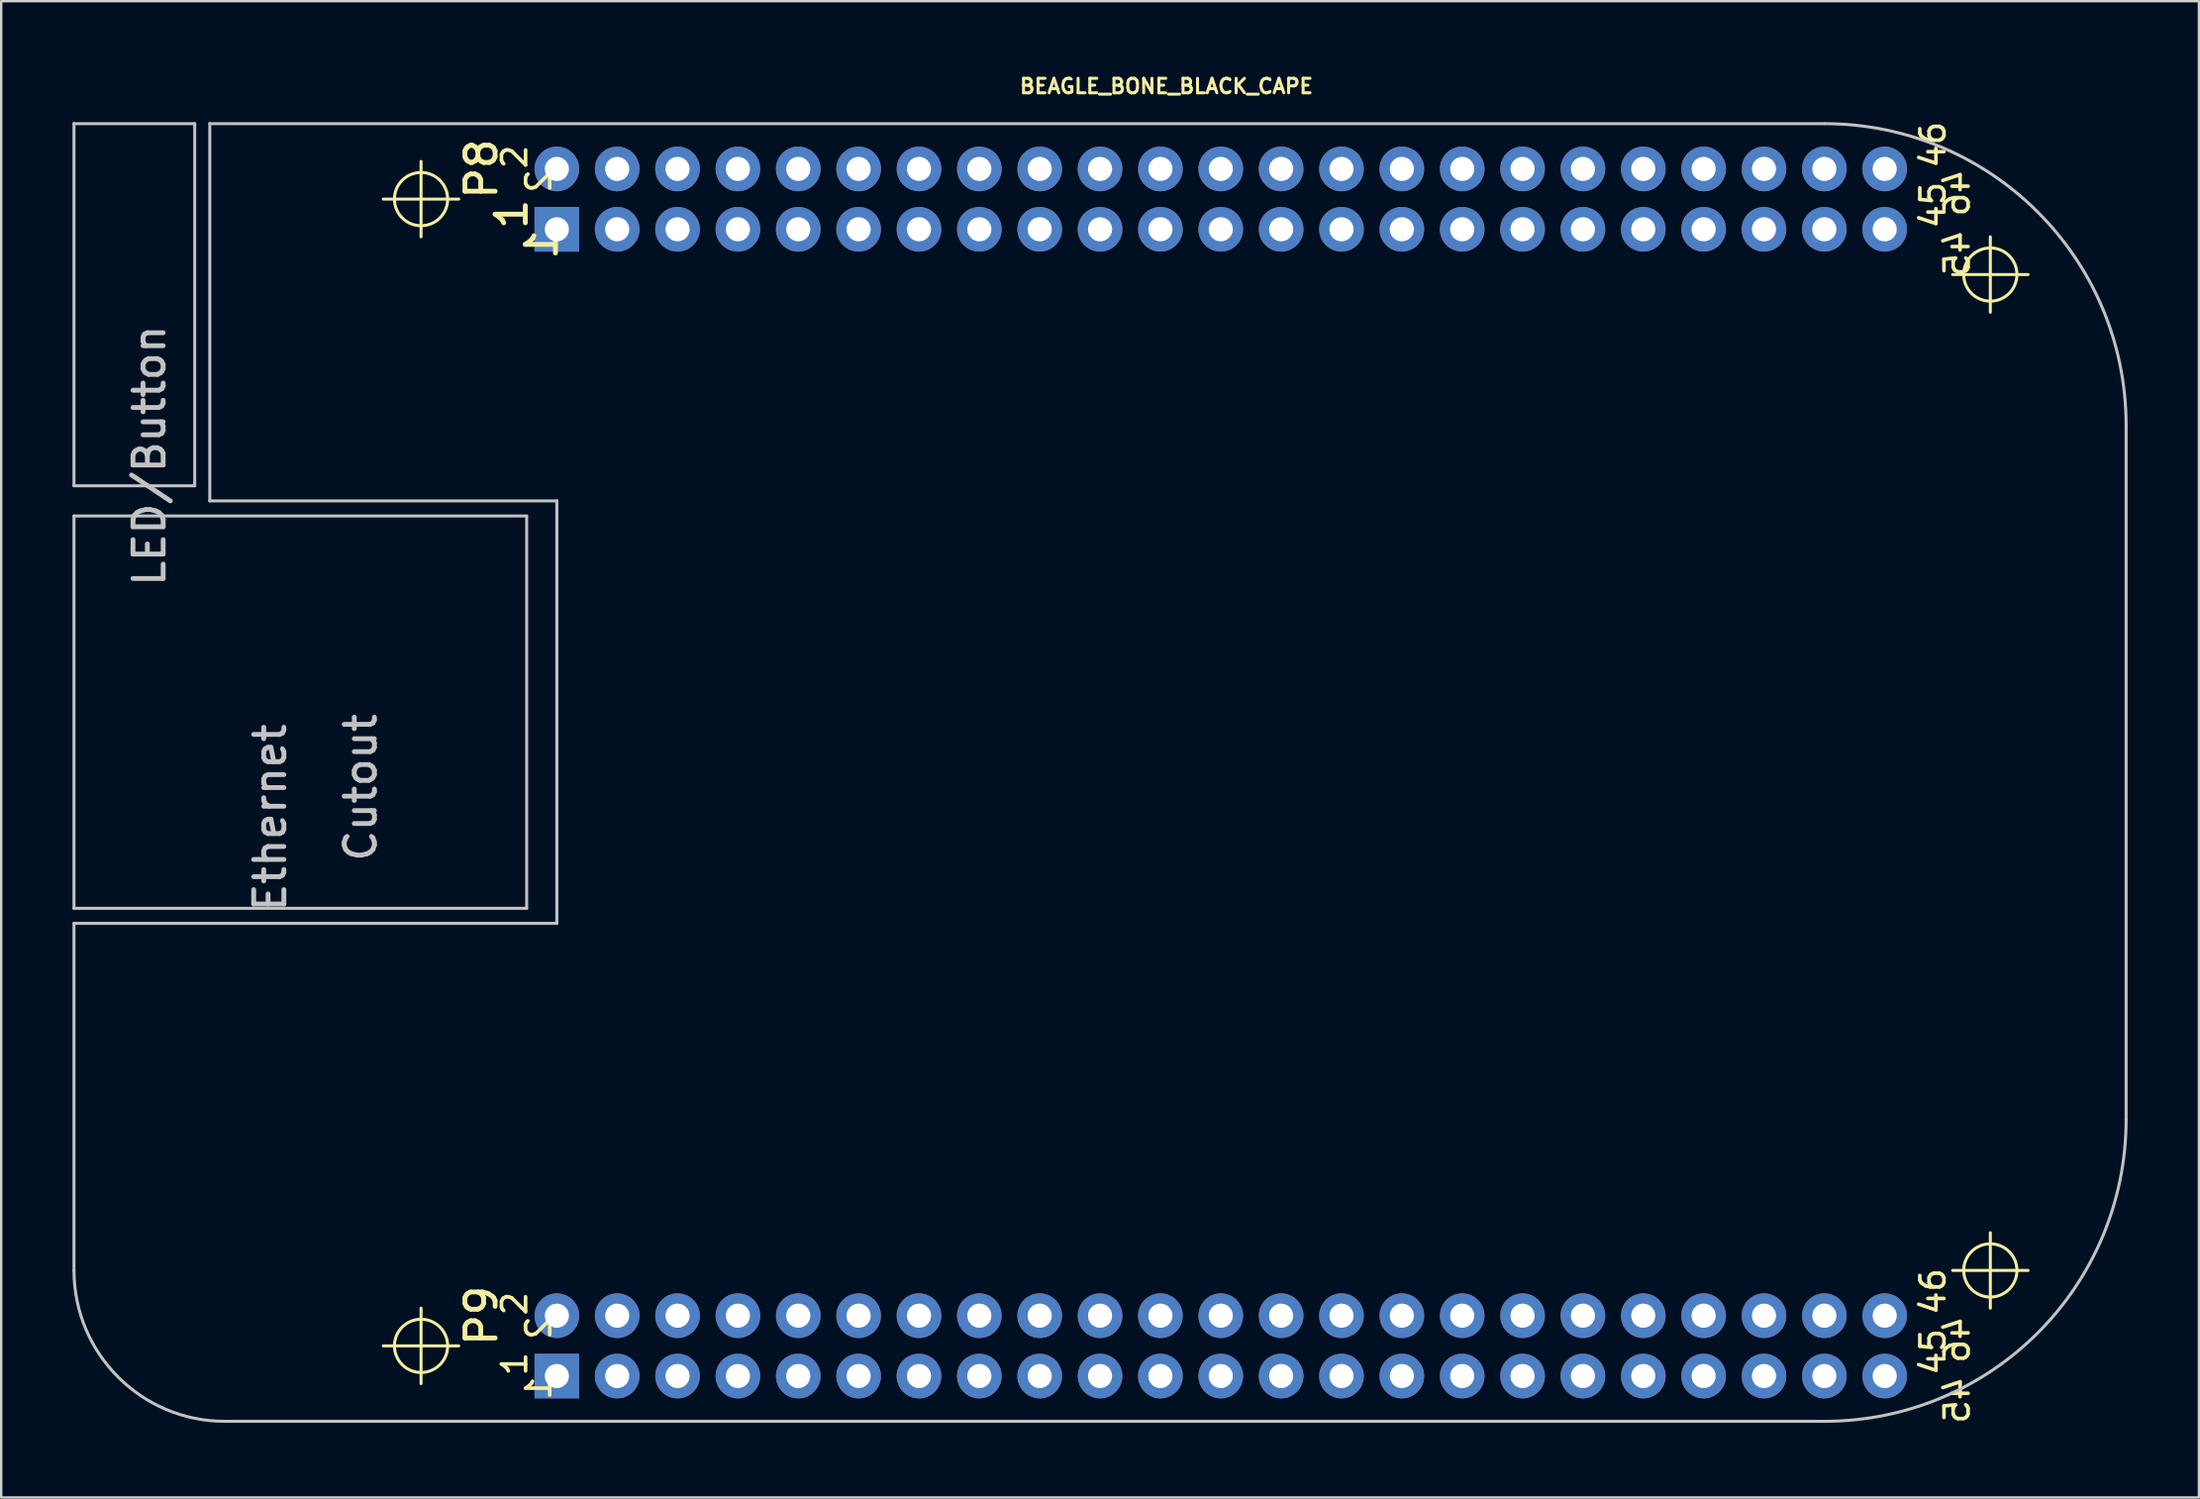
<source format=kicad_pcb>
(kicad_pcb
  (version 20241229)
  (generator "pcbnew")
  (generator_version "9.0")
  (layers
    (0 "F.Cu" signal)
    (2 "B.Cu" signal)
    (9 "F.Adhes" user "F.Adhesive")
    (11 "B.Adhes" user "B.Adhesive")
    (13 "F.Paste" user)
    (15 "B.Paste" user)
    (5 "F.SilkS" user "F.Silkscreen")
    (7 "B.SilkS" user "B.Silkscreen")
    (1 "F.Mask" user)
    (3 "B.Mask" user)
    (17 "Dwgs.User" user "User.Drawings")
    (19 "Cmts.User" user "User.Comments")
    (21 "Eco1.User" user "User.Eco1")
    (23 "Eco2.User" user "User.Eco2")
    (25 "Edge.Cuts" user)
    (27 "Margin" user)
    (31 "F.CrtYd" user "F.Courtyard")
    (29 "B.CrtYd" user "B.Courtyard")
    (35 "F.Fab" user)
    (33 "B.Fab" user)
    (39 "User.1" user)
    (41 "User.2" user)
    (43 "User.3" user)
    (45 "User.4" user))
  (footprint "BEAGLE_BONE_BLACK_CAPE"
    (layer "F.Cu")
    (at 44.514 27.554)
    (property "Reference" "BEAGLE_BONE_BLACK_CAPE" (at 1.524 -26.975 0) (layer "F.SilkS") (effects (font (size 0.61 0.61) (thickness 0.127))))
    (attr exclude_from_pos_files exclude_from_bom)
    (fp_line (start -31.433 -22.225) (end -28.258 -22.225) (stroke (width 0.127) (type solid)) (layer "F.SilkS"))
    (fp_line (start -31.433 26.035) (end -28.258 26.035) (stroke (width 0.127) (type solid)) (layer "F.SilkS"))
    (fp_line (start -29.845 -20.637) (end -29.845 -23.812) (stroke (width 0.127) (type solid)) (layer "F.SilkS"))
    (fp_line (start -29.845 27.622) (end -29.845 24.448) (stroke (width 0.127) (type solid)) (layer "F.SilkS"))
    (fp_line (start 34.608 -19.05) (end 37.782 -19.05) (stroke (width 0.127) (type solid)) (layer "F.SilkS"))
    (fp_line (start 34.608 22.86) (end 37.782 22.86) (stroke (width 0.127) (type solid)) (layer "F.SilkS"))
    (fp_line (start 36.195 -17.462) (end 36.195 -20.637) (stroke (width 0.127) (type solid)) (layer "F.SilkS"))
    (fp_line (start 36.195 24.448) (end 36.195 21.273) (stroke (width 0.127) (type solid)) (layer "F.SilkS"))
    (fp_circle (center -29.845 -22.225) (end -30.637 -23.017) (stroke (width 0.127) (type solid)) (fill no) (layer "F.SilkS"))
    (fp_circle (center -29.845 26.035) (end -30.637 26.827) (stroke (width 0.127) (type solid)) (fill no) (layer "F.SilkS"))
    (fp_circle (center 36.195 -19.05) (end 36.987 -19.842) (stroke (width 0.127) (type solid)) (fill no) (layer "F.SilkS"))
    (fp_circle (center 36.195 22.86) (end 36.987 23.652) (stroke (width 0.127) (type solid)) (fill no) (layer "F.SilkS"))
    (fp_line (start -44.45 -25.4) (end -44.45 -10.16) (stroke (width 0.127) (type solid)) (layer "Dwgs.User"))
    (fp_line (start -44.45 -10.16) (end -39.37 -10.16) (stroke (width 0.127) (type solid)) (layer "Dwgs.User"))
    (fp_line (start -44.45 -8.89) (end -44.45 7.62) (stroke (width 0.127) (type solid)) (layer "Dwgs.User"))
    (fp_line (start -44.45 7.62) (end -25.4 7.62) (stroke (width 0.127) (type solid)) (layer "Dwgs.User"))
    (fp_line (start -44.45 8.255) (end -44.45 22.86) (stroke (width 0.127) (type solid)) (layer "Dwgs.User"))
    (fp_line (start -44.45 8.255) (end -24.13 8.255) (stroke (width 0.127) (type solid)) (layer "Dwgs.User"))
    (fp_line (start -39.37 -25.4) (end -44.45 -25.4) (stroke (width 0.127) (type solid)) (layer "Dwgs.User"))
    (fp_line (start -39.37 -10.16) (end -39.37 -25.4) (stroke (width 0.127) (type solid)) (layer "Dwgs.User"))
    (fp_line (start -38.735 -9.525) (end -38.735 -25.4) (stroke (width 0.127) (type solid)) (layer "Dwgs.User"))
    (fp_line (start -38.735 -9.525) (end -24.13 -9.525) (stroke (width 0.127) (type solid)) (layer "Dwgs.User"))
    (fp_line (start -38.1 29.21) (end 29.21 29.21) (stroke (width 0.127) (type solid)) (layer "Dwgs.User"))
    (fp_line (start -25.4 -8.89) (end -44.45 -8.89) (stroke (width 0.127) (type solid)) (layer "Dwgs.User"))
    (fp_line (start -25.4 7.62) (end -25.4 -8.89) (stroke (width 0.127) (type solid)) (layer "Dwgs.User"))
    (fp_line (start -24.13 8.255) (end -24.13 -9.525) (stroke (width 0.127) (type solid)) (layer "Dwgs.User"))
    (fp_line (start 29.21 -25.4) (end -38.735 -25.4) (stroke (width 0.127) (type solid)) (layer "Dwgs.User"))
    (fp_line (start 41.91 16.51) (end 41.91 -12.7) (stroke (width 0.127) (type solid)) (layer "Dwgs.User"))
    (fp_arc (start -38.1 29.21) (mid -42.590128 27.350128) (end -44.45 22.86) (stroke (width 0.127) (type solid)) (layer "Dwgs.User"))
    (fp_arc (start 29.21 -25.4) (mid 38.190256 -21.680256) (end 41.91 -12.7) (stroke (width 0.127) (type solid)) (layer "Dwgs.User"))
    (fp_arc (start 41.91 16.51) (mid 38.190256 25.490256) (end 29.21 29.21) (stroke (width 0.127) (type solid)) (layer "Dwgs.User"))
    (fp_text user "1" (at -25.908 26.797 90) (layer "F.SilkS") (effects (font (size 1.016 1.016) (thickness 0.152))))
    (fp_text user "2" (at -24.892 -22.987 270) (layer "F.SilkS") (effects (font (size 1.016 1.016) (thickness 0.152)) (justify mirror)))
    (fp_text user "2" (at -24.892 25.273 270) (layer "F.SilkS") (effects (font (size 1.016 1.016) (thickness 0.152)) (justify mirror)))
    (fp_text user "1" (at -26.035 -21.59 90) (layer "F.SilkS") (effects (font (size 1.27 1.27) (thickness 0.203))))
    (fp_text user "1" (at -24.765 -20.32 270) (layer "F.SilkS") (effects (font (size 1.27 1.27) (thickness 0.203)) (justify mirror)))
    (fp_text user "46" (at 34.798 25.778 270) (layer "F.SilkS") (effects (font (size 1.016 1.016) (thickness 0.152)) (justify mirror)))
    (fp_text user "P8" (at -27.305 -23.495 90) (layer "F.SilkS") (effects (font (size 1.27 1.27) (thickness 0.203))))
    (fp_text user "2" (at -25.908 24.257 90) (layer "F.SilkS") (effects (font (size 1.016 1.016) (thickness 0.152))))
    (fp_text user "45" (at 33.782 -21.971 90) (layer "F.SilkS") (effects (font (size 1.016 1.016) (thickness 0.152))))
    (fp_text user "46" (at 33.782 -24.511 90) (layer "F.SilkS") (effects (font (size 1.016 1.016) (thickness 0.152))))
    (fp_text user "46" (at 33.782 23.749 90) (layer "F.SilkS") (effects (font (size 1.016 1.016) (thickness 0.152))))
    (fp_text user "45" (at 34.798 28.321 270) (layer "F.SilkS") (effects (font (size 1.016 1.016) (thickness 0.152)) (justify mirror)))
    (fp_text user "P9" (at -27.305 24.765 90) (layer "F.SilkS") (effects (font (size 1.27 1.27) (thickness 0.203))))
    (fp_text user "46" (at 34.798 -22.479 270) (layer "F.SilkS") (effects (font (size 1.016 1.016) (thickness 0.152)) (justify mirror)))
    (fp_text user "45" (at 34.798 -19.939 270) (layer "F.SilkS") (effects (font (size 1.016 1.016) (thickness 0.152)) (justify mirror)))
    (fp_text user "1" (at -24.892 27.813 270) (layer "F.SilkS") (effects (font (size 1.016 1.016) (thickness 0.152)) (justify mirror)))
    (fp_text user "2" (at -25.908 -24.003 90) (layer "F.SilkS") (effects (font (size 1.016 1.016) (thickness 0.152))))
    (fp_text user "45" (at 33.782 26.289 90) (layer "F.SilkS") (effects (font (size 1.016 1.016) (thickness 0.152))))
    (fp_text user "LED/Button" (at -41.275 -11.43 270) (layer "Dwgs.User") (effects (font (size 1.27 1.27) (thickness 0.203))))
    (fp_text user "Ethernet" (at -36.195 3.81 270) (layer "Dwgs.User") (effects (font (size 1.27 1.27) (thickness 0.203))))
    (fp_text user "Cutout" (at -32.385 2.54 270) (layer "Dwgs.User") (effects (font (size 1.27 1.27) (thickness 0.203))))
    (pad "P8.1" thru_hole rect (at -24.13 -20.955) (size 1.88 1.88) (drill 1.016) (layers "*.Cu" "*.Paste" "*.Mask"))
    (pad "P8.1" thru_hole circle (at -13.97 -23.495) (size 1.88 1.88) (drill 1.016) (layers "*.Cu" "*.Paste" "*.Mask"))
    (pad "P8.1" thru_hole circle (at -11.43 -23.495) (size 1.88 1.88) (drill 1.016) (layers "*.Cu" "*.Paste" "*.Mask"))
    (pad "P8.1" thru_hole circle (at -11.43 -20.955) (size 1.88 1.88) (drill 1.016) (layers "*.Cu" "*.Paste" "*.Mask"))
    (pad "P8.1" thru_hole circle (at -8.89 -23.495) (size 1.88 1.88) (drill 1.016) (layers "*.Cu" "*.Paste" "*.Mask"))
    (pad "P8.1" thru_hole circle (at -8.89 -20.955) (size 1.88 1.88) (drill 1.016) (layers "*.Cu" "*.Paste" "*.Mask"))
    (pad "P8.1" thru_hole circle (at -6.35 -23.495) (size 1.88 1.88) (drill 1.016) (layers "*.Cu" "*.Paste" "*.Mask"))
    (pad "P8.1" thru_hole circle (at -6.35 -20.955) (size 1.88 1.88) (drill 1.016) (layers "*.Cu" "*.Paste" "*.Mask"))
    (pad "P8.1" thru_hole circle (at -3.81 -23.495) (size 1.88 1.88) (drill 1.016) (layers "*.Cu" "*.Paste" "*.Mask"))
    (pad "P8.1" thru_hole circle (at -3.81 -20.955) (size 1.88 1.88) (drill 1.016) (layers "*.Cu" "*.Paste" "*.Mask"))
    (pad "P8.1" thru_hole circle (at -1.27 -20.955) (size 1.88 1.88) (drill 1.016) (layers "*.Cu" "*.Paste" "*.Mask"))
    (pad "P8.2" thru_hole circle (at -24.13 -23.495) (size 1.88 1.88) (drill 1.016) (layers "*.Cu" "*.Paste" "*.Mask"))
    (pad "P8.2" thru_hole circle (at -1.27 -23.495) (size 1.88 1.88) (drill 1.016) (layers "*.Cu" "*.Paste" "*.Mask"))
    (pad "P8.2" thru_hole circle (at 1.27 -23.495) (size 1.88 1.88) (drill 1.016) (layers "*.Cu" "*.Paste" "*.Mask"))
    (pad "P8.2" thru_hole circle (at 1.27 -20.955) (size 1.88 1.88) (drill 1.016) (layers "*.Cu" "*.Paste" "*.Mask"))
    (pad "P8.2" thru_hole circle (at 3.81 -23.495) (size 1.88 1.88) (drill 1.016) (layers "*.Cu" "*.Paste" "*.Mask"))
    (pad "P8.2" thru_hole circle (at 3.81 -20.955) (size 1.88 1.88) (drill 1.016) (layers "*.Cu" "*.Paste" "*.Mask"))
    (pad "P8.2" thru_hole circle (at 6.35 -23.495) (size 1.88 1.88) (drill 1.016) (layers "*.Cu" "*.Paste" "*.Mask"))
    (pad "P8.2" thru_hole circle (at 6.35 -20.955) (size 1.88 1.88) (drill 1.016) (layers "*.Cu" "*.Paste" "*.Mask"))
    (pad "P8.2" thru_hole circle (at 8.89 -23.495) (size 1.88 1.88) (drill 1.016) (layers "*.Cu" "*.Paste" "*.Mask"))
    (pad "P8.2" thru_hole circle (at 8.89 -20.955) (size 1.88 1.88) (drill 1.016) (layers "*.Cu" "*.Paste" "*.Mask"))
    (pad "P8.2" thru_hole circle (at 11.43 -20.955) (size 1.88 1.88) (drill 1.016) (layers "*.Cu" "*.Paste" "*.Mask"))
    (pad "P8.3" thru_hole circle (at -21.59 -20.955) (size 1.88 1.88) (drill 1.016) (layers "*.Cu" "*.Paste" "*.Mask"))
    (pad "P8.3" thru_hole circle (at 11.43 -23.495) (size 1.88 1.88) (drill 1.016) (layers "*.Cu" "*.Paste" "*.Mask"))
    (pad "P8.3" thru_hole circle (at 13.97 -23.495) (size 1.88 1.88) (drill 1.016) (layers "*.Cu" "*.Paste" "*.Mask"))
    (pad "P8.3" thru_hole circle (at 13.97 -20.955) (size 1.88 1.88) (drill 1.016) (layers "*.Cu" "*.Paste" "*.Mask"))
    (pad "P8.3" thru_hole circle (at 16.51 -23.495) (size 1.88 1.88) (drill 1.016) (layers "*.Cu" "*.Paste" "*.Mask"))
    (pad "P8.3" thru_hole circle (at 16.51 -20.955) (size 1.88 1.88) (drill 1.016) (layers "*.Cu" "*.Paste" "*.Mask"))
    (pad "P8.3" thru_hole circle (at 19.05 -23.495) (size 1.88 1.88) (drill 1.016) (layers "*.Cu" "*.Paste" "*.Mask"))
    (pad "P8.3" thru_hole circle (at 19.05 -20.955) (size 1.88 1.88) (drill 1.016) (layers "*.Cu" "*.Paste" "*.Mask"))
    (pad "P8.3" thru_hole circle (at 21.59 -23.495) (size 1.88 1.88) (drill 1.016) (layers "*.Cu" "*.Paste" "*.Mask"))
    (pad "P8.3" thru_hole circle (at 21.59 -20.955) (size 1.88 1.88) (drill 1.016) (layers "*.Cu" "*.Paste" "*.Mask"))
    (pad "P8.3" thru_hole circle (at 24.13 -20.955) (size 1.88 1.88) (drill 1.016) (layers "*.Cu" "*.Paste" "*.Mask"))
    (pad "P8.4" thru_hole circle (at -21.59 -23.495) (size 1.88 1.88) (drill 1.016) (layers "*.Cu" "*.Paste" "*.Mask"))
    (pad "P8.4" thru_hole circle (at 24.13 -23.495) (size 1.88 1.88) (drill 1.016) (layers "*.Cu" "*.Paste" "*.Mask"))
    (pad "P8.4" thru_hole circle (at 26.67 -23.495) (size 1.88 1.88) (drill 1.016) (layers "*.Cu" "*.Paste" "*.Mask"))
    (pad "P8.4" thru_hole circle (at 26.67 -20.955) (size 1.88 1.88) (drill 1.016) (layers "*.Cu" "*.Paste" "*.Mask"))
    (pad "P8.4" thru_hole circle (at 29.21 -23.495) (size 1.88 1.88) (drill 1.016) (layers "*.Cu" "*.Paste" "*.Mask"))
    (pad "P8.4" thru_hole circle (at 29.21 -20.955) (size 1.88 1.88) (drill 1.016) (layers "*.Cu" "*.Paste" "*.Mask"))
    (pad "P8.4" thru_hole circle (at 31.75 -23.495) (size 1.88 1.88) (drill 1.016) (layers "*.Cu" "*.Paste" "*.Mask"))
    (pad "P8.4" thru_hole circle (at 31.75 -20.955) (size 1.88 1.88) (drill 1.016) (layers "*.Cu" "*.Paste" "*.Mask"))
    (pad "P8.5" thru_hole circle (at -19.05 -20.955) (size 1.88 1.88) (drill 1.016) (layers "*.Cu" "*.Paste" "*.Mask"))
    (pad "P8.6" thru_hole circle (at -19.05 -23.495) (size 1.88 1.88) (drill 1.016) (layers "*.Cu" "*.Paste" "*.Mask"))
    (pad "P8.7" thru_hole circle (at -16.51 -20.955) (size 1.88 1.88) (drill 1.016) (layers "*.Cu" "*.Paste" "*.Mask"))
    (pad "P8.8" thru_hole circle (at -16.51 -23.495) (size 1.88 1.88) (drill 1.016) (layers "*.Cu" "*.Paste" "*.Mask"))
    (pad "P8.9" thru_hole circle (at -13.97 -20.955) (size 1.88 1.88) (drill 1.016) (layers "*.Cu" "*.Paste" "*.Mask"))
    (pad "P9.1" thru_hole rect (at -24.13 27.305) (size 1.88 1.88) (drill 1.016) (layers "*.Cu" "*.Paste" "*.Mask"))
    (pad "P9.1" thru_hole circle (at -13.97 24.765) (size 1.88 1.88) (drill 1.016) (layers "*.Cu" "*.Paste" "*.Mask"))
    (pad "P9.1" thru_hole circle (at -11.43 24.765) (size 1.88 1.88) (drill 1.016) (layers "*.Cu" "*.Paste" "*.Mask"))
    (pad "P9.1" thru_hole circle (at -11.43 27.305) (size 1.88 1.88) (drill 1.016) (layers "*.Cu" "*.Paste" "*.Mask"))
    (pad "P9.1" thru_hole circle (at -8.89 24.765) (size 1.88 1.88) (drill 1.016) (layers "*.Cu" "*.Paste" "*.Mask"))
    (pad "P9.1" thru_hole circle (at -8.89 27.305) (size 1.88 1.88) (drill 1.016) (layers "*.Cu" "*.Paste" "*.Mask"))
    (pad "P9.1" thru_hole circle (at -6.35 24.765) (size 1.88 1.88) (drill 1.016) (layers "*.Cu" "*.Paste" "*.Mask"))
    (pad "P9.1" thru_hole circle (at -6.35 27.305) (size 1.88 1.88) (drill 1.016) (layers "*.Cu" "*.Paste" "*.Mask"))
    (pad "P9.1" thru_hole circle (at -3.81 24.765) (size 1.88 1.88) (drill 1.016) (layers "*.Cu" "*.Paste" "*.Mask"))
    (pad "P9.1" thru_hole circle (at -3.81 27.305) (size 1.88 1.88) (drill 1.016) (layers "*.Cu" "*.Paste" "*.Mask"))
    (pad "P9.1" thru_hole circle (at -1.27 27.305) (size 1.88 1.88) (drill 1.016) (layers "*.Cu" "*.Paste" "*.Mask"))
    (pad "P9.2" thru_hole circle (at -24.13 24.765) (size 1.88 1.88) (drill 1.016) (layers "*.Cu" "*.Paste" "*.Mask"))
    (pad "P9.2" thru_hole circle (at -1.27 24.765) (size 1.88 1.88) (drill 1.016) (layers "*.Cu" "*.Paste" "*.Mask"))
    (pad "P9.2" thru_hole circle (at 1.27 24.765) (size 1.88 1.88) (drill 1.016) (layers "*.Cu" "*.Paste" "*.Mask"))
    (pad "P9.2" thru_hole circle (at 1.27 27.305) (size 1.88 1.88) (drill 1.016) (layers "*.Cu" "*.Paste" "*.Mask"))
    (pad "P9.2" thru_hole circle (at 3.81 24.765) (size 1.88 1.88) (drill 1.016) (layers "*.Cu" "*.Paste" "*.Mask"))
    (pad "P9.2" thru_hole circle (at 3.81 27.305) (size 1.88 1.88) (drill 1.016) (layers "*.Cu" "*.Paste" "*.Mask"))
    (pad "P9.2" thru_hole circle (at 6.35 24.765) (size 1.88 1.88) (drill 1.016) (layers "*.Cu" "*.Paste" "*.Mask"))
    (pad "P9.2" thru_hole circle (at 6.35 27.305) (size 1.88 1.88) (drill 1.016) (layers "*.Cu" "*.Paste" "*.Mask"))
    (pad "P9.2" thru_hole circle (at 8.89 24.765) (size 1.88 1.88) (drill 1.016) (layers "*.Cu" "*.Paste" "*.Mask"))
    (pad "P9.2" thru_hole circle (at 8.89 27.305) (size 1.88 1.88) (drill 1.016) (layers "*.Cu" "*.Paste" "*.Mask"))
    (pad "P9.2" thru_hole circle (at 11.43 27.305) (size 1.88 1.88) (drill 1.016) (layers "*.Cu" "*.Paste" "*.Mask"))
    (pad "P9.3" thru_hole circle (at -21.59 27.305) (size 1.88 1.88) (drill 1.016) (layers "*.Cu" "*.Paste" "*.Mask"))
    (pad "P9.3" thru_hole circle (at 11.43 24.765) (size 1.88 1.88) (drill 1.016) (layers "*.Cu" "*.Paste" "*.Mask"))
    (pad "P9.3" thru_hole circle (at 13.97 24.765) (size 1.88 1.88) (drill 1.016) (layers "*.Cu" "*.Paste" "*.Mask"))
    (pad "P9.3" thru_hole circle (at 13.97 27.305) (size 1.88 1.88) (drill 1.016) (layers "*.Cu" "*.Paste" "*.Mask"))
    (pad "P9.3" thru_hole circle (at 16.51 24.765) (size 1.88 1.88) (drill 1.016) (layers "*.Cu" "*.Paste" "*.Mask"))
    (pad "P9.3" thru_hole circle (at 16.51 27.305) (size 1.88 1.88) (drill 1.016) (layers "*.Cu" "*.Paste" "*.Mask"))
    (pad "P9.3" thru_hole circle (at 19.05 24.765) (size 1.88 1.88) (drill 1.016) (layers "*.Cu" "*.Paste" "*.Mask"))
    (pad "P9.3" thru_hole circle (at 19.05 27.305) (size 1.88 1.88) (drill 1.016) (layers "*.Cu" "*.Paste" "*.Mask"))
    (pad "P9.3" thru_hole circle (at 21.59 24.765) (size 1.88 1.88) (drill 1.016) (layers "*.Cu" "*.Paste" "*.Mask"))
    (pad "P9.3" thru_hole circle (at 21.59 27.305) (size 1.88 1.88) (drill 1.016) (layers "*.Cu" "*.Paste" "*.Mask"))
    (pad "P9.3" thru_hole circle (at 24.13 27.305) (size 1.88 1.88) (drill 1.016) (layers "*.Cu" "*.Paste" "*.Mask"))
    (pad "P9.4" thru_hole circle (at -21.59 24.765) (size 1.88 1.88) (drill 1.016) (layers "*.Cu" "*.Paste" "*.Mask"))
    (pad "P9.4" thru_hole circle (at 24.13 24.765) (size 1.88 1.88) (drill 1.016) (layers "*.Cu" "*.Paste" "*.Mask"))
    (pad "P9.4" thru_hole circle (at 26.67 24.765) (size 1.88 1.88) (drill 1.016) (layers "*.Cu" "*.Paste" "*.Mask"))
    (pad "P9.4" thru_hole circle (at 26.67 27.305) (size 1.88 1.88) (drill 1.016) (layers "*.Cu" "*.Paste" "*.Mask"))
    (pad "P9.4" thru_hole circle (at 29.21 24.765) (size 1.88 1.88) (drill 1.016) (layers "*.Cu" "*.Paste" "*.Mask"))
    (pad "P9.4" thru_hole circle (at 29.21 27.305) (size 1.88 1.88) (drill 1.016) (layers "*.Cu" "*.Paste" "*.Mask"))
    (pad "P9.4" thru_hole circle (at 31.75 24.765) (size 1.88 1.88) (drill 1.016) (layers "*.Cu" "*.Paste" "*.Mask"))
    (pad "P9.4" thru_hole circle (at 31.75 27.305) (size 1.88 1.88) (drill 1.016) (layers "*.Cu" "*.Paste" "*.Mask"))
    (pad "P9.5" thru_hole circle (at -19.05 27.305) (size 1.88 1.88) (drill 1.016) (layers "*.Cu" "*.Paste" "*.Mask"))
    (pad "P9.6" thru_hole circle (at -19.05 24.765) (size 1.88 1.88) (drill 1.016) (layers "*.Cu" "*.Paste" "*.Mask"))
    (pad "P9.7" thru_hole circle (at -16.51 27.305) (size 1.88 1.88) (drill 1.016) (layers "*.Cu" "*.Paste" "*.Mask"))
    (pad "P9.8" thru_hole circle (at -16.51 24.765) (size 1.88 1.88) (drill 1.016) (layers "*.Cu" "*.Paste" "*.Mask"))
    (pad "P9.9" thru_hole circle (at -13.97 27.305) (size 1.88 1.88) (drill 1.016) (layers "*.Cu" "*.Paste" "*.Mask")))
  (gr_rect
    (start -3 -3)
    (end 89.487 59.97)
    (stroke (width 0.1) (type default))
    (fill no)
    (layer "Edge.Cuts")))
</source>
